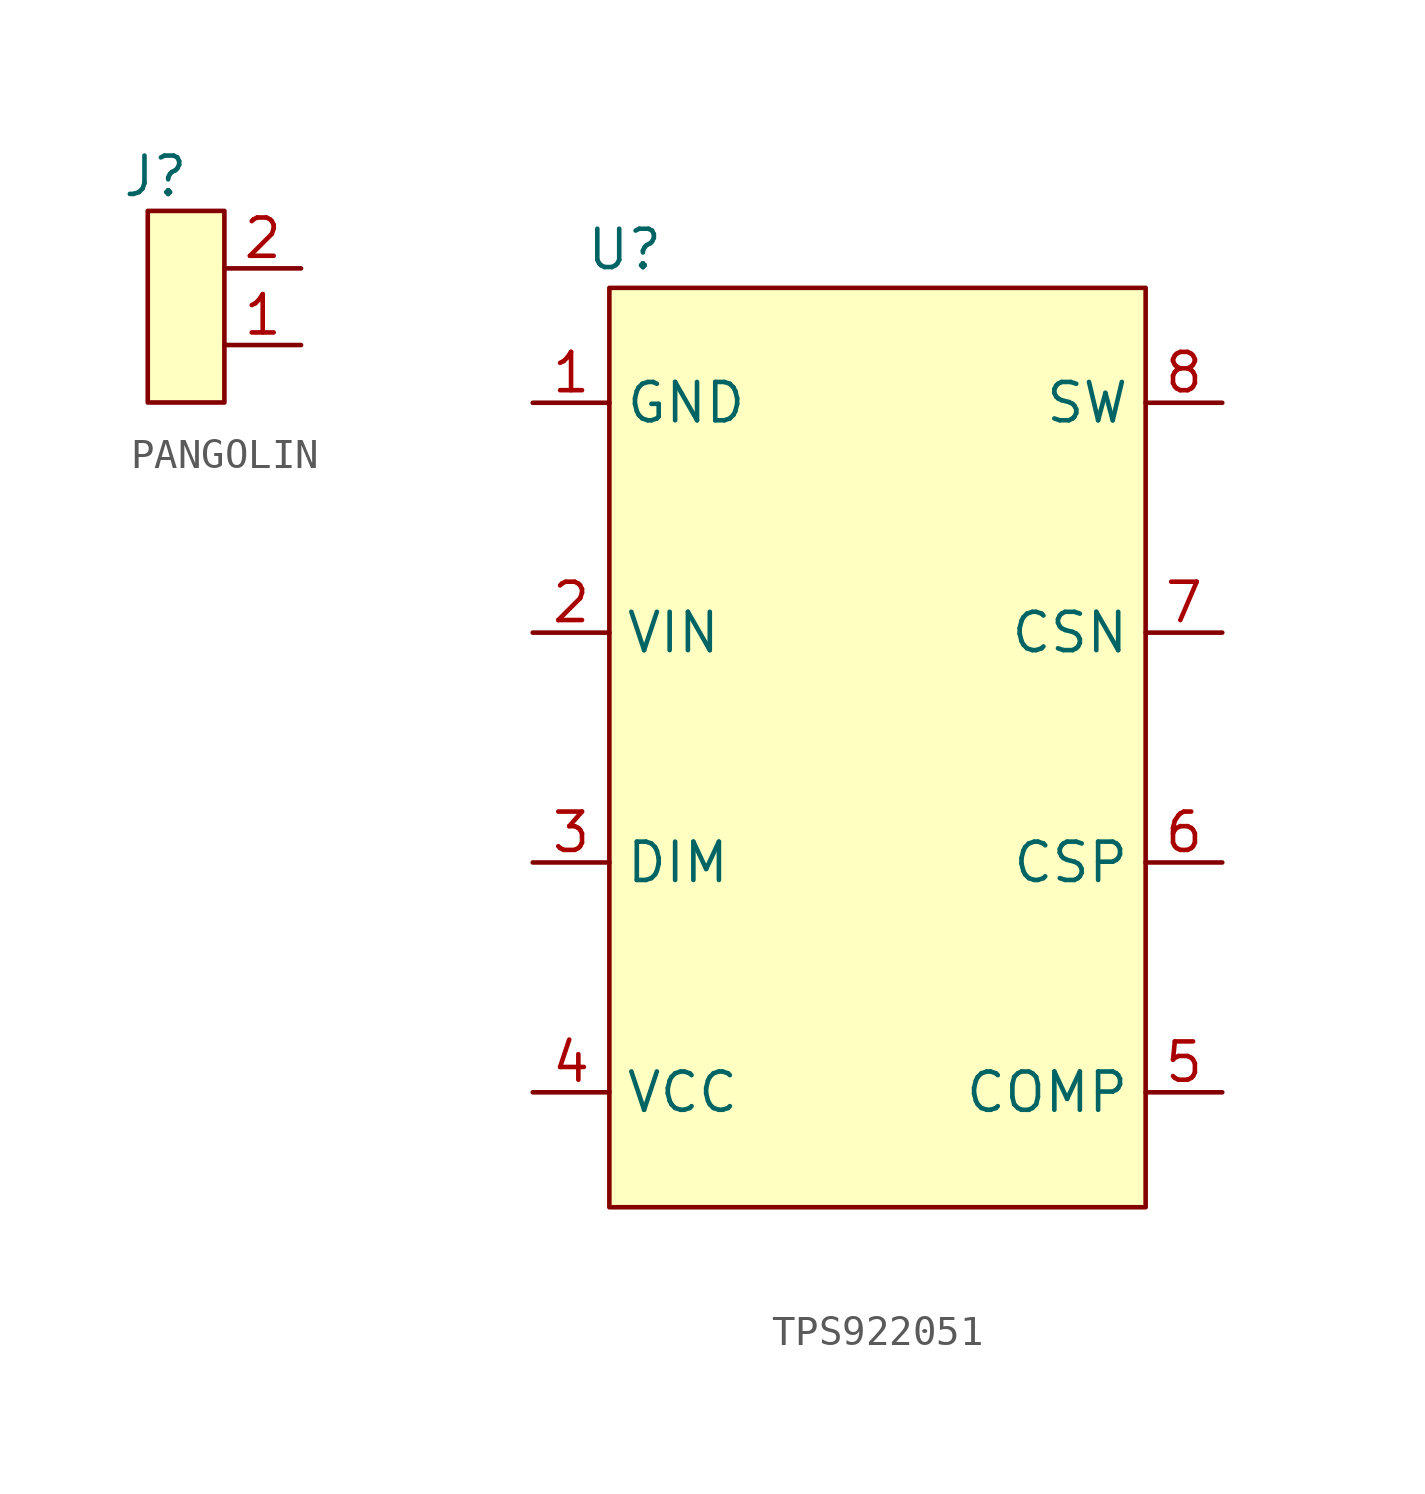
<source format=kicad_sym>
(kicad_symbol_lib
  (version 20241209)
  (generator "kicad_symbol_editor")
  (generator_version "9.0")
  (symbol "PANGOLIN"
    (property "Reference" "J"
      (at -1.016 4.318 0)
      (effects (font (size 1.27 1.27))))
    (property "Value" ""
      (at 0 0 0)
      (effects (font (size 1.27 1.27))))
    (symbol "PANGOLIN_1_1"
      (rectangle (start -1.27 3.175) (end 1.27 -3.175) (stroke (width 0) (type solid)) (fill (type background)))
      (pin output line (at 3.81 1.27 180) (length 2.54) (name "" (effects (font (size 1.27 1.27)))) (number "2" (effects (font (size 1.27 1.27)))))
      (pin output line (at 3.81 -1.27 180) (length 2.54) (name "" (effects (font (size 1.27 1.27)))) (number "1" (effects (font (size 1.27 1.27)))))))
  (symbol "TPS922051"
    (property "Reference" "U"
      (at -8.382 16.51 0)
      (effects (font (size 1.27 1.27))))
    (property "Value" ""
      (at 0 0 0)
      (effects (font (size 1.27 1.27))))
    (symbol "TPS922051_1_1"
      (rectangle (start -8.89 15.24) (end 8.89 -15.24) (stroke (width 0) (type solid)) (fill (type background)))
      (pin input line (at -11.43 11.43 0) (length 2.54) (name "GND" (effects (font (size 1.27 1.27)))) (number "1" (effects (font (size 1.27 1.27)))))
      (pin input line (at -11.43 3.81 0) (length 2.54) (name "VIN" (effects (font (size 1.27 1.27)))) (number "2" (effects (font (size 1.27 1.27)))))
      (pin input line (at -11.43 -3.81 0) (length 2.54) (name "DIM" (effects (font (size 1.27 1.27)))) (number "3" (effects (font (size 1.27 1.27)))))
      (pin input line (at -11.43 -11.43 0) (length 2.54) (name "VCC" (effects (font (size 1.27 1.27)))) (number "4" (effects (font (size 1.27 1.27)))))
      (pin input line (at 11.43 11.43 180) (length 2.54) (name "SW" (effects (font (size 1.27 1.27)))) (number "8" (effects (font (size 1.27 1.27)))))
      (pin input line (at 11.43 3.81 180) (length 2.54) (name "CSN" (effects (font (size 1.27 1.27)))) (number "7" (effects (font (size 1.27 1.27)))))
      (pin input line (at 11.43 -3.81 180) (length 2.54) (name "CSP" (effects (font (size 1.27 1.27)))) (number "6" (effects (font (size 1.27 1.27)))))
      (pin input line (at 11.43 -11.43 180) (length 2.54) (name "COMP" (effects (font (size 1.27 1.27)))) (number "5" (effects (font (size 1.27 1.27))))))))
</source>
